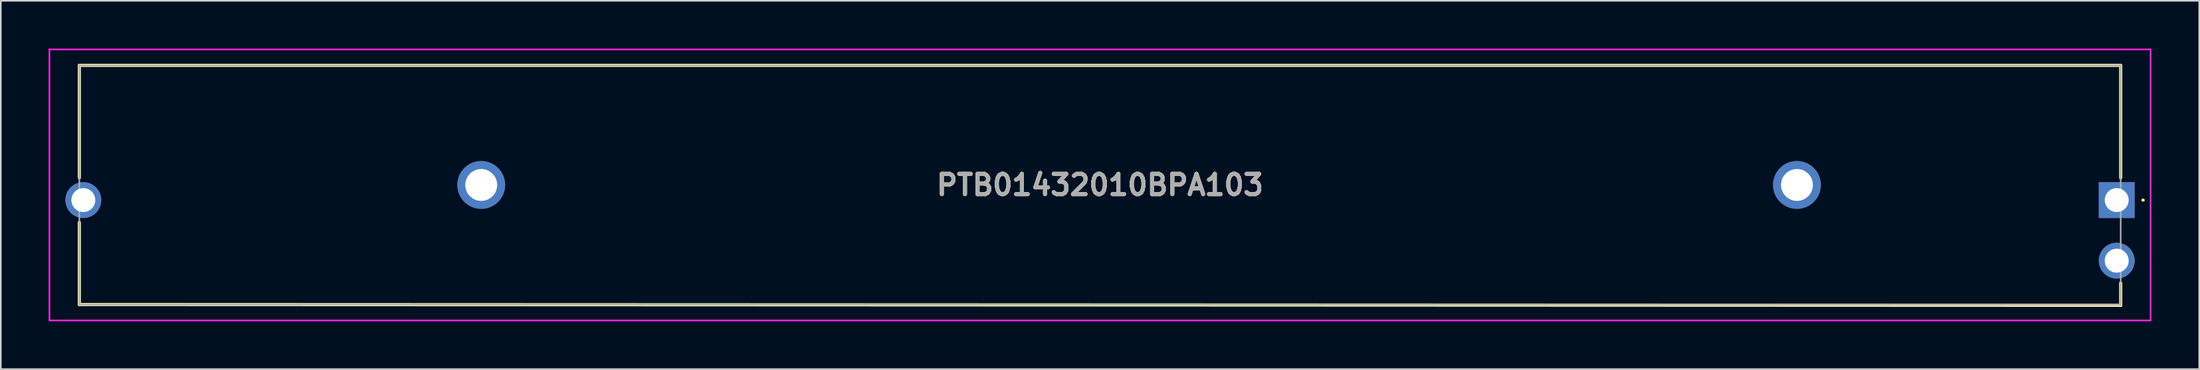
<source format=kicad_pcb>
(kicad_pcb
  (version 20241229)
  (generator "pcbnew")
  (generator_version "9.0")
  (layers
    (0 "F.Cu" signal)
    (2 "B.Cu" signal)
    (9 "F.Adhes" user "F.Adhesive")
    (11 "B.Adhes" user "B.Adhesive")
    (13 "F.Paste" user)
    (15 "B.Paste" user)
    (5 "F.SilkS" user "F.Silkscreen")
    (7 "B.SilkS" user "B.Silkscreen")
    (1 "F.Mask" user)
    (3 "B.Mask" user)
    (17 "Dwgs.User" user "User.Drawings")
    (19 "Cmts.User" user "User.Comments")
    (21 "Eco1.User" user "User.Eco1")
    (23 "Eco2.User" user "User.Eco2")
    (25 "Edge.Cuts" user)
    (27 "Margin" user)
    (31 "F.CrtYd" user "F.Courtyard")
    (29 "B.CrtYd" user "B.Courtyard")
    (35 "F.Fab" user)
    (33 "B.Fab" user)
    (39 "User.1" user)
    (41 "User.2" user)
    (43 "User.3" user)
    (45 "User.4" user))
  (footprint "PTB01432010BPA103"
    (layer "F.Cu")
    (at 129.675 9.5)
    (property "Reference" "PTB01432010BPA103" (at -63.75 -0.95 0) (layer "F.SilkS") (effects (font (size 1.27 1.27) (thickness 0.254))))
    (attr through_hole)
    (fp_line (start -127.75 -8.45) (end -127.75 -1.4) (stroke (width 0.2) (type solid)) (layer "F.SilkS"))
    (fp_line (start -127.75 1.4) (end -127.75 6.55) (stroke (width 0.2) (type solid)) (layer "F.SilkS"))
    (fp_line (start -127.75 6.55) (end 0.25 6.6) (stroke (width 0.2) (type solid)) (layer "F.SilkS"))
    (fp_line (start 0.25 -8.45) (end -127.75 -8.45) (stroke (width 0.2) (type solid)) (layer "F.SilkS"))
    (fp_line (start 0.25 -1.4) (end 0.25 -8.45) (stroke (width 0.2) (type solid)) (layer "F.SilkS"))
    (fp_line (start 0.25 6.6) (end 0.25 5.2) (stroke (width 0.2) (type solid)) (layer "F.SilkS"))
    (fp_line (start 1.6 0) (end 1.6 0) (stroke (width 0.1) (type solid)) (layer "F.SilkS"))
    (fp_line (start 1.7 0) (end 1.7 0) (stroke (width 0.1) (type solid)) (layer "F.SilkS"))
    (fp_arc (start 1.6 0) (mid 1.65 -0.05) (end 1.7 0) (stroke (width 0.1) (type solid)) (layer "F.SilkS"))
    (fp_arc (start 1.7 0) (mid 1.65 0.05) (end 1.6 0) (stroke (width 0.1) (type solid)) (layer "F.SilkS"))
    (fp_line (start -129.625 -9.45) (end 2.125 -9.45) (stroke (width 0.1) (type solid)) (layer "F.CrtYd"))
    (fp_line (start -129.625 7.55) (end -129.625 -9.45) (stroke (width 0.1) (type solid)) (layer "F.CrtYd"))
    (fp_line (start 2.125 -9.45) (end 2.125 7.55) (stroke (width 0.1) (type solid)) (layer "F.CrtYd"))
    (fp_line (start 2.125 7.55) (end -129.625 7.55) (stroke (width 0.1) (type solid)) (layer "F.CrtYd"))
    (fp_line (start -127.75 -8.45) (end -127.75 6.55) (stroke (width 0.1) (type solid)) (layer "F.Fab"))
    (fp_line (start -127.75 6.55) (end 0.25 6.55) (stroke (width 0.1) (type solid)) (layer "F.Fab"))
    (fp_line (start 0.25 -8.45) (end -127.75 -8.45) (stroke (width 0.1) (type solid)) (layer "F.Fab"))
    (fp_line (start 0.25 6.55) (end 0.25 -8.45) (stroke (width 0.1) (type solid)) (layer "F.Fab"))
    (fp_text user "${REFERENCE}" (at -63.75 -0.95 0) (layer "F.Fab") (effects (font (size 1.27 1.27) (thickness 0.254))))
    (pad "1" thru_hole rect (at 0 0) (size 2.25 2.25) (drill 1.5) (layers "*.Cu" "*.Mask"))
    (pad "2" thru_hole circle (at 0 3.8) (size 2.25 2.25) (drill 1.5) (layers "*.Cu" "*.Mask"))
    (pad "3" thru_hole circle (at -127.5 0) (size 2.25 2.25) (drill 1.5) (layers "*.Cu" "*.Mask"))
    (pad "MH1" thru_hole circle (at -20.05 -0.95) (size 3 3) (drill 2) (layers "*.Cu" "*.Mask"))
    (pad "MH2" thru_hole circle (at -102.55 -0.95) (size 3 3) (drill 2) (layers "*.Cu" "*.Mask")))
  (gr_rect
    (start -3 -3)
    (end 134.85 20.1)
    (stroke (width 0.1) (type default))
    (fill no)
    (layer "Edge.Cuts")))
</source>
